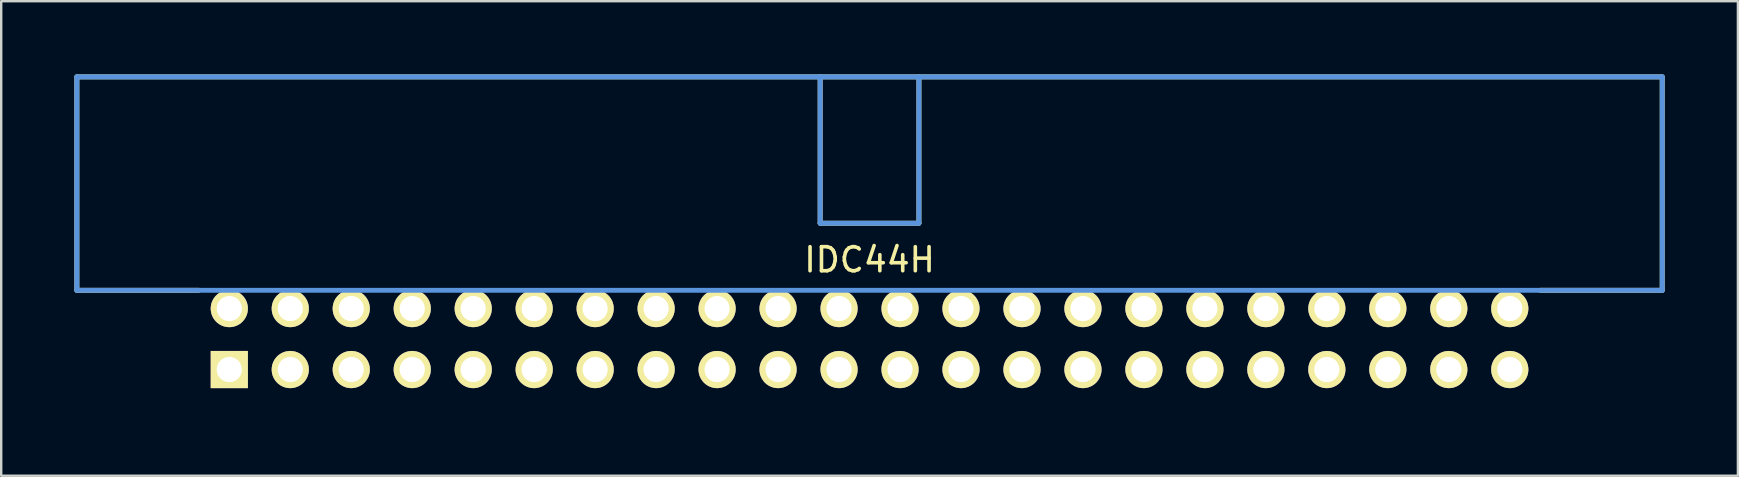
<source format=kicad_pcb>
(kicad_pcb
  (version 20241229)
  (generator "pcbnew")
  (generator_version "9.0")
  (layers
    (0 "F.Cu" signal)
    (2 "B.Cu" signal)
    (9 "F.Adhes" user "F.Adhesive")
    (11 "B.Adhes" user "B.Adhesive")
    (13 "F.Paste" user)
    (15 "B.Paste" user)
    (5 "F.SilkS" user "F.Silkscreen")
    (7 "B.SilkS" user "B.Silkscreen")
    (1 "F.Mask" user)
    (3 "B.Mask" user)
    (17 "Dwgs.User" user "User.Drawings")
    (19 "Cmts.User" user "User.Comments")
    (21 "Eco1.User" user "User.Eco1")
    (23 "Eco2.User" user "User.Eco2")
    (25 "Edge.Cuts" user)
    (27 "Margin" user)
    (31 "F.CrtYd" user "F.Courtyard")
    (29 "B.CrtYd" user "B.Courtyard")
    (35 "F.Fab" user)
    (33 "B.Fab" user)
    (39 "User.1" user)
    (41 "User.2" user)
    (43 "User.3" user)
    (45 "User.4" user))
  (footprint "IDC44H"
    (layer "F.Cu")
    (at 6.502 12.344)
    (property "Reference" "IDC44H" (at 26.67 -4.572 0) (layer "F.SilkS") (effects (font (size 1.001 1.001) (thickness 0.15))))
    (attr through_hole)
    (fp_line (start -6.35 -12.192) (end 59.69 -12.192) (stroke (width 0.203) (type solid)) (layer "F.SilkS"))
    (fp_line (start -6.35 -3.302) (end -6.35 -12.192) (stroke (width 0.203) (type solid)) (layer "F.SilkS"))
    (fp_line (start -6.35 -3.302) (end -1.27 -3.302) (stroke (width 0.203) (type solid)) (layer "F.SilkS"))
    (fp_line (start 24.613 -12.192) (end 24.613 -6.096) (stroke (width 0.203) (type solid)) (layer "F.SilkS"))
    (fp_line (start 24.613 -6.096) (end 28.727 -6.096) (stroke (width 0.203) (type solid)) (layer "F.SilkS"))
    (fp_line (start 28.727 -12.192) (end 28.727 -6.096) (stroke (width 0.203) (type solid)) (layer "F.SilkS"))
    (fp_line (start 59.69 -12.192) (end 59.69 -3.302) (stroke (width 0.203) (type solid)) (layer "F.SilkS"))
    (fp_line (start 59.69 -3.302) (end 54.61 -3.302) (stroke (width 0.203) (type solid)) (layer "F.SilkS"))
    (fp_line (start -6.35 -12.192) (end -6.35 -3.302) (stroke (width 0.203) (type solid)) (layer "Cmts.User"))
    (fp_line (start -6.35 -3.302) (end 59.69 -3.302) (stroke (width 0.203) (type solid)) (layer "Cmts.User"))
    (fp_line (start 24.613 -12.192) (end 24.613 -6.096) (stroke (width 0.203) (type solid)) (layer "Cmts.User"))
    (fp_line (start 24.613 -6.096) (end 28.727 -6.096) (stroke (width 0.203) (type solid)) (layer "Cmts.User"))
    (fp_line (start 28.727 -12.192) (end 28.727 -6.096) (stroke (width 0.203) (type solid)) (layer "Cmts.User"))
    (fp_line (start 59.69 -12.192) (end -6.35 -12.192) (stroke (width 0.203) (type solid)) (layer "Cmts.User"))
    (fp_line (start 59.69 -3.302) (end 59.69 -12.192) (stroke (width 0.203) (type solid)) (layer "Cmts.User"))
    (fp_line (start -6.452 -12.294) (end -6.452 -3.2) (stroke (width 0.102) (type solid)) (layer "Eco1.User"))
    (fp_line (start -6.452 -3.2) (end -1.372 -3.2) (stroke (width 0.102) (type solid)) (layer "Eco1.User"))
    (fp_line (start -1.372 -3.2) (end -1.372 1.372) (stroke (width 0.102) (type solid)) (layer "Eco1.User"))
    (fp_line (start -1.372 1.372) (end 54.712 1.372) (stroke (width 0.102) (type solid)) (layer "Eco1.User"))
    (fp_line (start 54.712 -3.2) (end 59.792 -3.2) (stroke (width 0.102) (type solid)) (layer "Eco1.User"))
    (fp_line (start 54.712 1.372) (end 54.712 -3.2) (stroke (width 0.102) (type solid)) (layer "Eco1.User"))
    (fp_line (start 59.792 -12.294) (end -6.452 -12.294) (stroke (width 0.102) (type solid)) (layer "Eco1.User"))
    (fp_line (start 59.792 -3.2) (end 59.792 -12.294) (stroke (width 0.102) (type solid)) (layer "Eco1.User"))
    (pad "1" thru_hole rect (at 0 0) (size 1.549 1.549) (drill 1.049) (layers "*.Cu" "*.Mask" "F.SilkS"))
    (pad "2" thru_hole circle (at 0 -2.54) (size 1.549 1.549) (drill 1.049) (layers "*.Cu" "*.Mask" "F.SilkS"))
    (pad "3" thru_hole circle (at 2.54 0) (size 1.549 1.549) (drill 1.049) (layers "*.Cu" "*.Mask" "F.SilkS"))
    (pad "4" thru_hole circle (at 2.54 -2.54) (size 1.549 1.549) (drill 1.049) (layers "*.Cu" "*.Mask" "F.SilkS"))
    (pad "5" thru_hole circle (at 5.08 0) (size 1.549 1.549) (drill 1.049) (layers "*.Cu" "*.Mask" "F.SilkS"))
    (pad "6" thru_hole circle (at 5.08 -2.54) (size 1.549 1.549) (drill 1.049) (layers "*.Cu" "*.Mask" "F.SilkS"))
    (pad "7" thru_hole circle (at 7.62 0) (size 1.549 1.549) (drill 1.049) (layers "*.Cu" "*.Mask" "F.SilkS"))
    (pad "8" thru_hole circle (at 7.62 -2.54) (size 1.549 1.549) (drill 1.049) (layers "*.Cu" "*.Mask" "F.SilkS"))
    (pad "9" thru_hole circle (at 10.16 0) (size 1.549 1.549) (drill 1.049) (layers "*.Cu" "*.Mask" "F.SilkS"))
    (pad "10" thru_hole circle (at 10.16 -2.54) (size 1.549 1.549) (drill 1.049) (layers "*.Cu" "*.Mask" "F.SilkS"))
    (pad "11" thru_hole circle (at 12.7 0) (size 1.549 1.549) (drill 1.049) (layers "*.Cu" "*.Mask" "F.SilkS"))
    (pad "12" thru_hole circle (at 12.7 -2.54) (size 1.549 1.549) (drill 1.049) (layers "*.Cu" "*.Mask" "F.SilkS"))
    (pad "13" thru_hole circle (at 15.24 0) (size 1.549 1.549) (drill 1.049) (layers "*.Cu" "*.Mask" "F.SilkS"))
    (pad "14" thru_hole circle (at 15.24 -2.54) (size 1.549 1.549) (drill 1.049) (layers "*.Cu" "*.Mask" "F.SilkS"))
    (pad "15" thru_hole circle (at 17.78 0) (size 1.549 1.549) (drill 1.049) (layers "*.Cu" "*.Mask" "F.SilkS"))
    (pad "16" thru_hole circle (at 17.78 -2.54) (size 1.549 1.549) (drill 1.049) (layers "*.Cu" "*.Mask" "F.SilkS"))
    (pad "17" thru_hole circle (at 20.32 0) (size 1.549 1.549) (drill 1.049) (layers "*.Cu" "*.Mask" "F.SilkS"))
    (pad "18" thru_hole circle (at 20.32 -2.54) (size 1.549 1.549) (drill 1.049) (layers "*.Cu" "*.Mask" "F.SilkS"))
    (pad "19" thru_hole circle (at 22.86 0) (size 1.549 1.549) (drill 1.049) (layers "*.Cu" "*.Mask" "F.SilkS"))
    (pad "20" thru_hole circle (at 22.86 -2.54) (size 1.549 1.549) (drill 1.049) (layers "*.Cu" "*.Mask" "F.SilkS"))
    (pad "21" thru_hole circle (at 25.4 0) (size 1.549 1.549) (drill 1.049) (layers "*.Cu" "*.Mask" "F.SilkS"))
    (pad "22" thru_hole circle (at 25.4 -2.54) (size 1.549 1.549) (drill 1.049) (layers "*.Cu" "*.Mask" "F.SilkS"))
    (pad "23" thru_hole circle (at 27.94 0) (size 1.549 1.549) (drill 1.049) (layers "*.Cu" "*.Mask" "F.SilkS"))
    (pad "24" thru_hole circle (at 27.94 -2.54) (size 1.549 1.549) (drill 1.049) (layers "*.Cu" "*.Mask" "F.SilkS"))
    (pad "25" thru_hole circle (at 30.48 0) (size 1.549 1.549) (drill 1.049) (layers "*.Cu" "*.Mask" "F.SilkS"))
    (pad "26" thru_hole circle (at 30.48 -2.54) (size 1.549 1.549) (drill 1.049) (layers "*.Cu" "*.Mask" "F.SilkS"))
    (pad "27" thru_hole circle (at 33.02 0) (size 1.549 1.549) (drill 1.049) (layers "*.Cu" "*.Mask" "F.SilkS"))
    (pad "28" thru_hole circle (at 33.02 -2.54) (size 1.549 1.549) (drill 1.049) (layers "*.Cu" "*.Mask" "F.SilkS"))
    (pad "29" thru_hole circle (at 35.56 0) (size 1.549 1.549) (drill 1.049) (layers "*.Cu" "*.Mask" "F.SilkS"))
    (pad "30" thru_hole circle (at 35.56 -2.54) (size 1.549 1.549) (drill 1.049) (layers "*.Cu" "*.Mask" "F.SilkS"))
    (pad "31" thru_hole circle (at 38.1 0) (size 1.549 1.549) (drill 1.049) (layers "*.Cu" "*.Mask" "F.SilkS"))
    (pad "32" thru_hole circle (at 38.1 -2.54) (size 1.549 1.549) (drill 1.049) (layers "*.Cu" "*.Mask" "F.SilkS"))
    (pad "33" thru_hole circle (at 40.64 0) (size 1.549 1.549) (drill 1.049) (layers "*.Cu" "*.Mask" "F.SilkS"))
    (pad "34" thru_hole circle (at 40.64 -2.54) (size 1.549 1.549) (drill 1.049) (layers "*.Cu" "*.Mask" "F.SilkS"))
    (pad "35" thru_hole circle (at 43.18 0) (size 1.549 1.549) (drill 1.049) (layers "*.Cu" "*.Mask" "F.SilkS"))
    (pad "36" thru_hole circle (at 43.18 -2.54) (size 1.549 1.549) (drill 1.049) (layers "*.Cu" "*.Mask" "F.SilkS"))
    (pad "37" thru_hole circle (at 45.72 0) (size 1.549 1.549) (drill 1.049) (layers "*.Cu" "*.Mask" "F.SilkS"))
    (pad "38" thru_hole circle (at 45.72 -2.54) (size 1.549 1.549) (drill 1.049) (layers "*.Cu" "*.Mask" "F.SilkS"))
    (pad "39" thru_hole circle (at 48.26 0) (size 1.549 1.549) (drill 1.049) (layers "*.Cu" "*.Mask" "F.SilkS"))
    (pad "40" thru_hole circle (at 48.26 -2.54) (size 1.549 1.549) (drill 1.049) (layers "*.Cu" "*.Mask" "F.SilkS"))
    (pad "41" thru_hole circle (at 50.8 0) (size 1.549 1.549) (drill 1.049) (layers "*.Cu" "*.Mask" "F.SilkS"))
    (pad "42" thru_hole circle (at 50.8 -2.54) (size 1.549 1.549) (drill 1.049) (layers "*.Cu" "*.Mask" "F.SilkS"))
    (pad "43" thru_hole circle (at 53.34 0) (size 1.549 1.549) (drill 1.049) (layers "*.Cu" "*.Mask" "F.SilkS"))
    (pad "44" thru_hole circle (at 53.34 -2.54) (size 1.549 1.549) (drill 1.049) (layers "*.Cu" "*.Mask" "F.SilkS")))
  (gr_rect
    (start -3 -3)
    (end 69.345 16.767)
    (stroke (width 0.1) (type default))
    (fill no)
    (layer "Edge.Cuts")))
</source>
